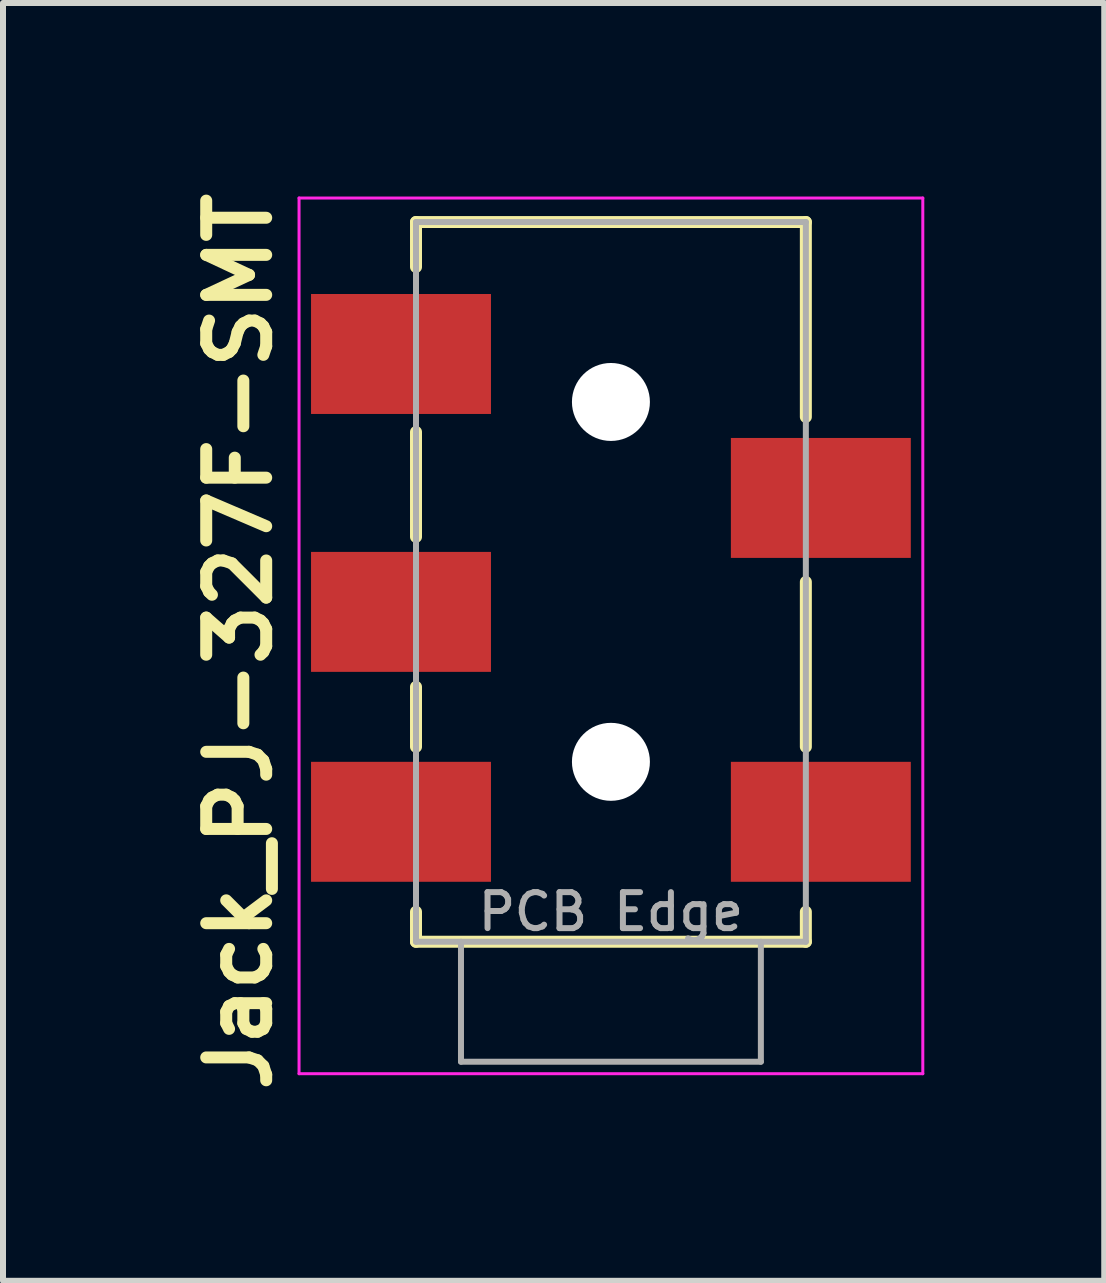
<source format=kicad_pcb>
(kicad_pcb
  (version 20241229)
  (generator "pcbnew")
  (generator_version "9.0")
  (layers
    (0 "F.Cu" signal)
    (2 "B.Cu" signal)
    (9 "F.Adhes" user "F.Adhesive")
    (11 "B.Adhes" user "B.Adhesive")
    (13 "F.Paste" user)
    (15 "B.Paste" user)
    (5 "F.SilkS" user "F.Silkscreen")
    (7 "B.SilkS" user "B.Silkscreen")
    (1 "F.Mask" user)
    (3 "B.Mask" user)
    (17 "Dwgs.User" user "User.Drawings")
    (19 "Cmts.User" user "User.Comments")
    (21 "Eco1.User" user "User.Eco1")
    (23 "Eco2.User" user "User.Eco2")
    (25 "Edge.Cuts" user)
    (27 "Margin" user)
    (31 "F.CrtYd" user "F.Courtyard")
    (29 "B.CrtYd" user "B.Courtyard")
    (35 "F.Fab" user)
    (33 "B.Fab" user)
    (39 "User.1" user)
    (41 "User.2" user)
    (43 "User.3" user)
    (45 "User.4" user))
  (footprint "Jack_PJ-327F-SMT"
    (layer "F.Cu")
    (at 3.636 10.652)
    (property "Reference" "Jack_PJ-327F-SMT" (at -2.7 -3 90) (layer "F.SilkS") (effects (font (size 1 1) (thickness 0.2))))
    (attr smd)
    (fp_line (start 0.25 -10) (end 0.25 -9.25) (stroke (width 0.2) (type solid)) (layer "F.SilkS"))
    (fp_line (start 0.25 -10) (end 6.75 -10) (stroke (width 0.2) (type solid)) (layer "F.SilkS"))
    (fp_line (start 0.25 -6.5) (end 0.25 -4.75) (stroke (width 0.2) (type solid)) (layer "F.SilkS"))
    (fp_line (start 0.25 -2.25) (end 0.25 -1.25) (stroke (width 0.2) (type solid)) (layer "F.SilkS"))
    (fp_line (start 0.25 2) (end 0.25 1.5) (stroke (width 0.2) (type solid)) (layer "F.SilkS"))
    (fp_line (start 0.25 2) (end 6.75 2) (stroke (width 0.2) (type solid)) (layer "F.SilkS"))
    (fp_line (start 6.75 -10) (end 6.75 -6.75) (stroke (width 0.2) (type solid)) (layer "F.SilkS"))
    (fp_line (start 6.75 -4) (end 6.75 -1.25) (stroke (width 0.2) (type solid)) (layer "F.SilkS"))
    (fp_line (start 6.75 2) (end 6.75 1.5) (stroke (width 0.2) (type solid)) (layer "F.SilkS"))
    (fp_line (start -1.7 -10.4) (end 8.7 -10.4) (stroke (width 0.05) (type solid)) (layer "F.CrtYd"))
    (fp_line (start -1.7 4.2) (end -1.7 -10.4) (stroke (width 0.05) (type solid)) (layer "F.CrtYd"))
    (fp_line (start 8.7 -10.4) (end 8.7 4.2) (stroke (width 0.05) (type solid)) (layer "F.CrtYd"))
    (fp_line (start 8.7 4.2) (end -1.7 4.2) (stroke (width 0.05) (type solid)) (layer "F.CrtYd"))
    (fp_line (start 0.25 -10) (end 6.75 -10) (stroke (width 0.1) (type solid)) (layer "F.Fab"))
    (fp_line (start 0.25 2) (end 0.25 -10) (stroke (width 0.1) (type solid)) (layer "F.Fab"))
    (fp_line (start 1 2) (end 1 4) (stroke (width 0.1) (type solid)) (layer "F.Fab"))
    (fp_line (start 1 4) (end 6 4) (stroke (width 0.1) (type solid)) (layer "F.Fab"))
    (fp_line (start 6 4) (end 6 2) (stroke (width 0.1) (type solid)) (layer "F.Fab"))
    (fp_line (start 6.75 -10) (end 6.75 2) (stroke (width 0.1) (type solid)) (layer "F.Fab"))
    (fp_line (start 6.75 2) (end 0.25 2) (stroke (width 0.1) (type solid)) (layer "F.Fab"))
    (fp_text user "PCB Edge" (at 3.5 1.5 0) (layer "F.Fab") (effects (font (size 0.6 0.6) (thickness 0.1))))
    (pad "" np_thru_hole circle (at 3.5 -7) (size 1.3 1.3) (drill 1.3) (layers "*.Cu" "*.Mask"))
    (pad "" np_thru_hole circle (at 3.5 -1) (size 1.3 1.3) (drill 1.3) (layers "*.Cu" "*.Mask"))
    (pad "1" smd rect (at 0 0) (size 3 2) (layers "F.Cu" "F.Mask" "F.Paste"))
    (pad "2" smd rect (at 7 0) (size 3 2) (layers "F.Cu" "F.Mask" "F.Paste"))
    (pad "3" smd rect (at 7 -5.4) (size 3 2) (layers "F.Cu" "F.Mask" "F.Paste"))
    (pad "4" smd rect (at 0 -3.5) (size 3 2) (layers "F.Cu" "F.Mask" "F.Paste"))
    (pad "5" smd rect (at 0 -7.8) (size 3 2) (layers "F.Cu" "F.Mask" "F.Paste")))
  (gr_rect
    (start -3 -3)
    (end 15.361 18.305)
    (stroke (width 0.1) (type default))
    (fill no)
    (layer "Edge.Cuts")))
</source>
